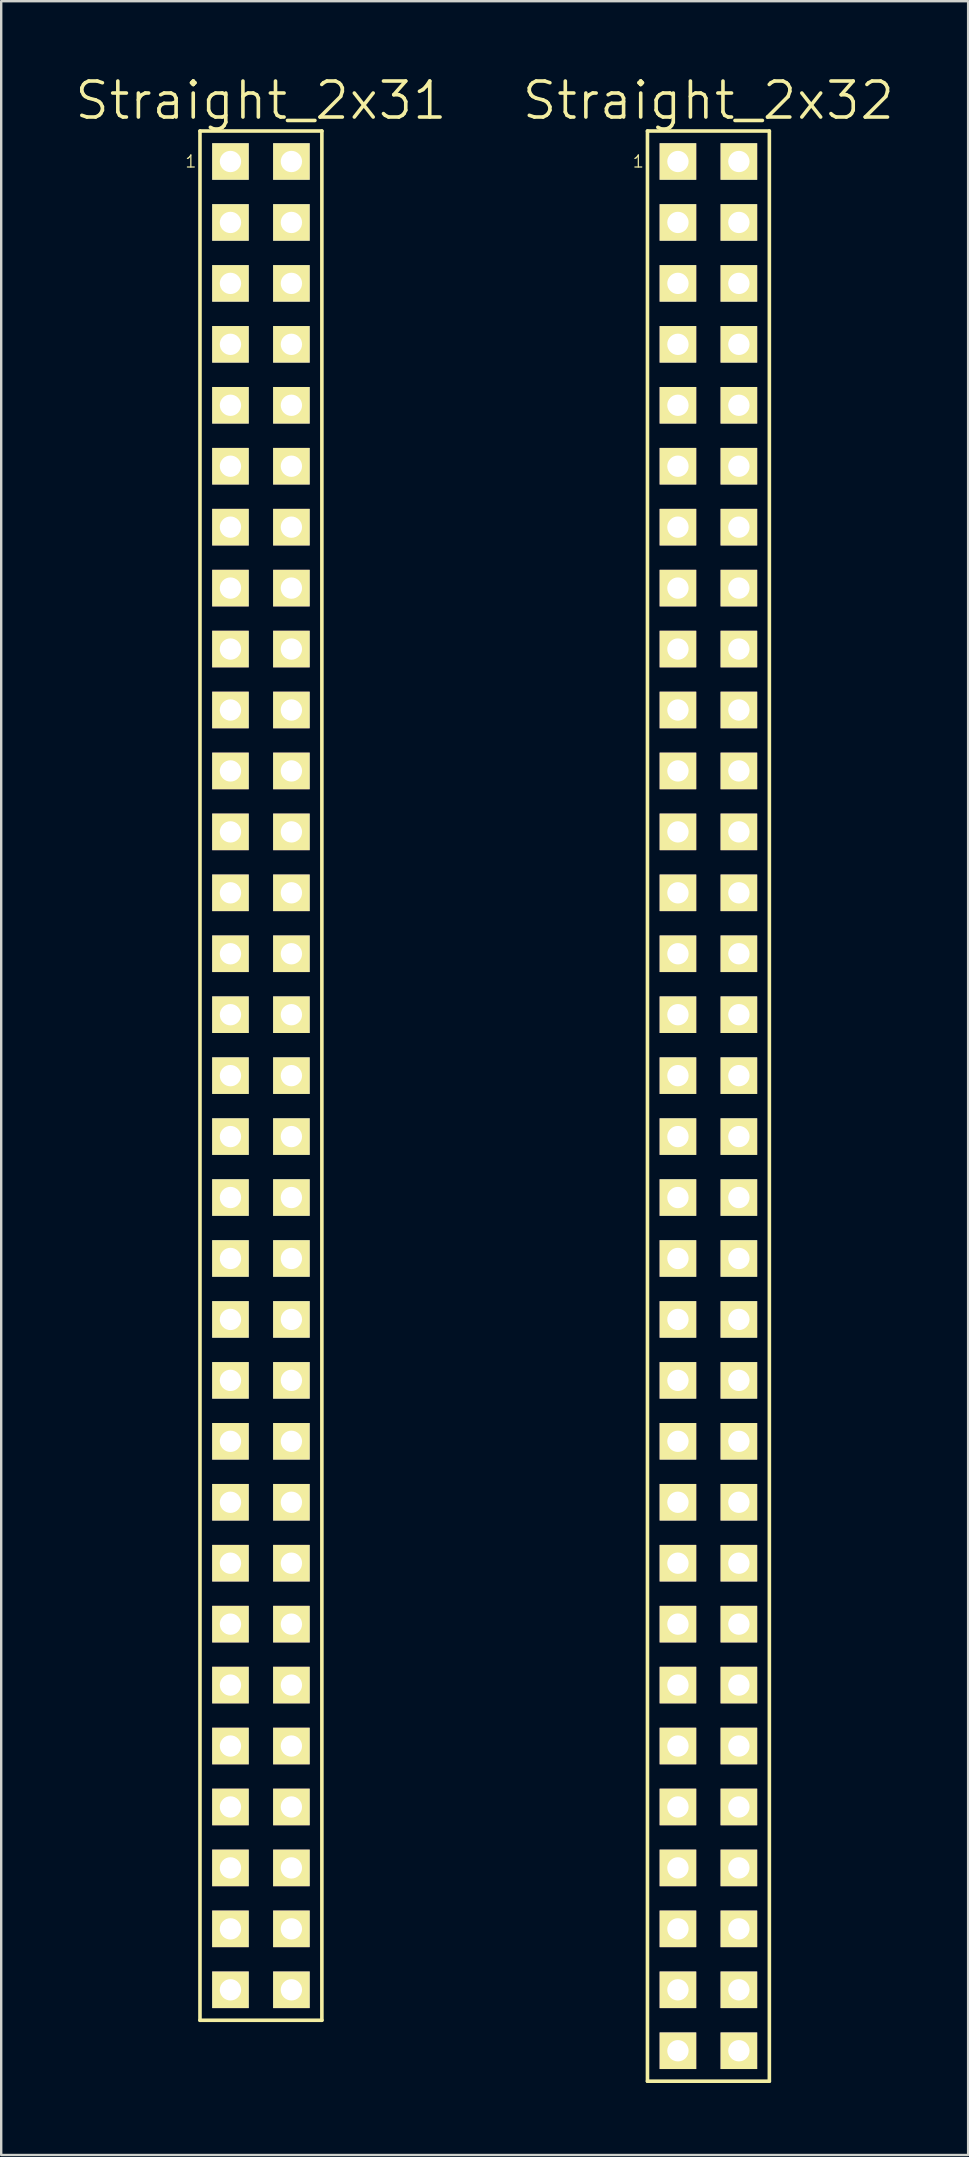
<source format=kicad_pcb>
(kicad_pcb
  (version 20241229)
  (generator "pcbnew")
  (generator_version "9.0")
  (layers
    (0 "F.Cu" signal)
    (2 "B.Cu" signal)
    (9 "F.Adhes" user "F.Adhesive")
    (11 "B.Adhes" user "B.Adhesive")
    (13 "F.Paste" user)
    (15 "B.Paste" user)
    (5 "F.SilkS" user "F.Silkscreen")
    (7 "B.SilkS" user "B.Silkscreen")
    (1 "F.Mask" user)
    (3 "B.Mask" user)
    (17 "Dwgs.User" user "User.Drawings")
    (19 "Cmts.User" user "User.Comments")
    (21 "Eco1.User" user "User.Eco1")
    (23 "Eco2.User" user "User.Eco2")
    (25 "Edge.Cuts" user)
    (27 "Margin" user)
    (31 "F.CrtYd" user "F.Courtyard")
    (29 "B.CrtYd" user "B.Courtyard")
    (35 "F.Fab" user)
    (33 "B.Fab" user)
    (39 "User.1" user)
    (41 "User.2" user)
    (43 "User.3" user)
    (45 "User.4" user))
  (footprint "Straight_2x32"
    (layer "F.Cu")
    (at 26.475 43.051)
    (property "Reference" "Straight_2x32" (at 0 -41.91 0) (layer "F.SilkS") (effects (font (size 1.5 1.5) (thickness 0.15))))
    (attr through_hole)
    (fp_line (start -2.54 -40.64) (end 2.54 -40.64) (stroke (width 0.15) (type solid)) (layer "F.SilkS"))
    (fp_line (start -2.54 40.64) (end -2.54 -40.64) (stroke (width 0.15) (type solid)) (layer "F.SilkS"))
    (fp_line (start 2.54 -40.64) (end 2.54 40.64) (stroke (width 0.15) (type solid)) (layer "F.SilkS"))
    (fp_line (start 2.54 40.64) (end -2.54 40.64) (stroke (width 0.15) (type solid)) (layer "F.SilkS"))
    (fp_text user "1" (at -2.921 -39.37 0) (layer "F.SilkS") (effects (font (size 0.5 0.5) (thickness 0.05))))
    (pad "1" thru_hole rect (at -1.27 -39.37) (size 1.524 1.524) (drill 0.889) (layers "*.Cu" "*.Mask" "F.SilkS"))
    (pad "2" thru_hole rect (at 1.27 -39.37) (size 1.524 1.524) (drill 0.889) (layers "*.Cu" "*.Mask" "F.SilkS"))
    (pad "3" thru_hole rect (at -1.27 -36.83) (size 1.524 1.524) (drill 0.889) (layers "*.Cu" "*.Mask" "F.SilkS"))
    (pad "4" thru_hole rect (at 1.27 -36.83) (size 1.524 1.524) (drill 0.889) (layers "*.Cu" "*.Mask" "F.SilkS"))
    (pad "5" thru_hole rect (at -1.27 -34.29) (size 1.524 1.524) (drill 0.889) (layers "*.Cu" "*.Mask" "F.SilkS"))
    (pad "6" thru_hole rect (at 1.27 -34.29) (size 1.524 1.524) (drill 0.889) (layers "*.Cu" "*.Mask" "F.SilkS"))
    (pad "7" thru_hole rect (at -1.27 -31.75) (size 1.524 1.524) (drill 0.889) (layers "*.Cu" "*.Mask" "F.SilkS"))
    (pad "8" thru_hole rect (at 1.27 -31.75) (size 1.524 1.524) (drill 0.889) (layers "*.Cu" "*.Mask" "F.SilkS"))
    (pad "9" thru_hole rect (at -1.27 -29.21) (size 1.524 1.524) (drill 0.889) (layers "*.Cu" "*.Mask" "F.SilkS"))
    (pad "10" thru_hole rect (at 1.27 -29.21) (size 1.524 1.524) (drill 0.889) (layers "*.Cu" "*.Mask" "F.SilkS"))
    (pad "11" thru_hole rect (at -1.27 -26.67) (size 1.524 1.524) (drill 0.889) (layers "*.Cu" "*.Mask" "F.SilkS"))
    (pad "12" thru_hole rect (at 1.27 -26.67) (size 1.524 1.524) (drill 0.889) (layers "*.Cu" "*.Mask" "F.SilkS"))
    (pad "13" thru_hole rect (at -1.27 -24.13) (size 1.524 1.524) (drill 0.889) (layers "*.Cu" "*.Mask" "F.SilkS"))
    (pad "14" thru_hole rect (at 1.27 -24.13) (size 1.524 1.524) (drill 0.889) (layers "*.Cu" "*.Mask" "F.SilkS"))
    (pad "15" thru_hole rect (at -1.27 -21.59) (size 1.524 1.524) (drill 0.889) (layers "*.Cu" "*.Mask" "F.SilkS"))
    (pad "16" thru_hole rect (at 1.27 -21.59) (size 1.524 1.524) (drill 0.889) (layers "*.Cu" "*.Mask" "F.SilkS"))
    (pad "17" thru_hole rect (at -1.27 -19.05) (size 1.524 1.524) (drill 0.889) (layers "*.Cu" "*.Mask" "F.SilkS"))
    (pad "18" thru_hole rect (at 1.27 -19.05) (size 1.524 1.524) (drill 0.889) (layers "*.Cu" "*.Mask" "F.SilkS"))
    (pad "19" thru_hole rect (at -1.27 -16.51) (size 1.524 1.524) (drill 0.889) (layers "*.Cu" "*.Mask" "F.SilkS"))
    (pad "20" thru_hole rect (at 1.27 -16.51) (size 1.524 1.524) (drill 0.889) (layers "*.Cu" "*.Mask" "F.SilkS"))
    (pad "21" thru_hole rect (at -1.27 -13.97) (size 1.524 1.524) (drill 0.889) (layers "*.Cu" "*.Mask" "F.SilkS"))
    (pad "22" thru_hole rect (at 1.27 -13.97) (size 1.524 1.524) (drill 0.889) (layers "*.Cu" "*.Mask" "F.SilkS"))
    (pad "23" thru_hole rect (at -1.27 -11.43) (size 1.524 1.524) (drill 0.889) (layers "*.Cu" "*.Mask" "F.SilkS"))
    (pad "24" thru_hole rect (at 1.27 -11.43) (size 1.524 1.524) (drill 0.889) (layers "*.Cu" "*.Mask" "F.SilkS"))
    (pad "25" thru_hole rect (at -1.27 -8.89) (size 1.524 1.524) (drill 0.889) (layers "*.Cu" "*.Mask" "F.SilkS"))
    (pad "26" thru_hole rect (at 1.27 -8.89) (size 1.524 1.524) (drill 0.889) (layers "*.Cu" "*.Mask" "F.SilkS"))
    (pad "27" thru_hole rect (at -1.27 -6.35) (size 1.524 1.524) (drill 0.889) (layers "*.Cu" "*.Mask" "F.SilkS"))
    (pad "28" thru_hole rect (at 1.27 -6.35) (size 1.524 1.524) (drill 0.889) (layers "*.Cu" "*.Mask" "F.SilkS"))
    (pad "29" thru_hole rect (at -1.27 -3.81) (size 1.524 1.524) (drill 0.889) (layers "*.Cu" "*.Mask" "F.SilkS"))
    (pad "30" thru_hole rect (at 1.27 -3.81) (size 1.524 1.524) (drill 0.889) (layers "*.Cu" "*.Mask" "F.SilkS"))
    (pad "31" thru_hole rect (at -1.27 -1.27) (size 1.524 1.524) (drill 0.889) (layers "*.Cu" "*.Mask" "F.SilkS"))
    (pad "32" thru_hole rect (at 1.27 -1.27) (size 1.524 1.524) (drill 0.889) (layers "*.Cu" "*.Mask" "F.SilkS"))
    (pad "33" thru_hole rect (at -1.27 1.27) (size 1.524 1.524) (drill 0.889) (layers "*.Cu" "*.Mask" "F.SilkS"))
    (pad "34" thru_hole rect (at 1.27 1.27) (size 1.524 1.524) (drill 0.889) (layers "*.Cu" "*.Mask" "F.SilkS"))
    (pad "35" thru_hole rect (at -1.27 3.81) (size 1.524 1.524) (drill 0.889) (layers "*.Cu" "*.Mask" "F.SilkS"))
    (pad "36" thru_hole rect (at 1.27 3.81) (size 1.524 1.524) (drill 0.889) (layers "*.Cu" "*.Mask" "F.SilkS"))
    (pad "37" thru_hole rect (at -1.27 6.35) (size 1.524 1.524) (drill 0.889) (layers "*.Cu" "*.Mask" "F.SilkS"))
    (pad "38" thru_hole rect (at 1.27 6.35) (size 1.524 1.524) (drill 0.889) (layers "*.Cu" "*.Mask" "F.SilkS"))
    (pad "39" thru_hole rect (at -1.27 8.89) (size 1.524 1.524) (drill 0.889) (layers "*.Cu" "*.Mask" "F.SilkS"))
    (pad "40" thru_hole rect (at 1.27 8.89) (size 1.524 1.524) (drill 0.889) (layers "*.Cu" "*.Mask" "F.SilkS"))
    (pad "41" thru_hole rect (at -1.27 11.43) (size 1.524 1.524) (drill 0.889) (layers "*.Cu" "*.Mask" "F.SilkS"))
    (pad "42" thru_hole rect (at 1.27 11.43) (size 1.524 1.524) (drill 0.889) (layers "*.Cu" "*.Mask" "F.SilkS"))
    (pad "43" thru_hole rect (at -1.27 13.97) (size 1.524 1.524) (drill 0.889) (layers "*.Cu" "*.Mask" "F.SilkS"))
    (pad "44" thru_hole rect (at 1.27 13.97) (size 1.524 1.524) (drill 0.889) (layers "*.Cu" "*.Mask" "F.SilkS"))
    (pad "45" thru_hole rect (at -1.27 16.51) (size 1.524 1.524) (drill 0.889) (layers "*.Cu" "*.Mask" "F.SilkS"))
    (pad "46" thru_hole rect (at 1.27 16.51) (size 1.524 1.524) (drill 0.889) (layers "*.Cu" "*.Mask" "F.SilkS"))
    (pad "47" thru_hole rect (at -1.27 19.05) (size 1.524 1.524) (drill 0.889) (layers "*.Cu" "*.Mask" "F.SilkS"))
    (pad "48" thru_hole rect (at 1.27 19.05) (size 1.524 1.524) (drill 0.889) (layers "*.Cu" "*.Mask" "F.SilkS"))
    (pad "49" thru_hole rect (at -1.27 21.59) (size 1.524 1.524) (drill 0.889) (layers "*.Cu" "*.Mask" "F.SilkS"))
    (pad "50" thru_hole rect (at 1.27 21.59) (size 1.524 1.524) (drill 0.889) (layers "*.Cu" "*.Mask" "F.SilkS"))
    (pad "51" thru_hole rect (at -1.27 24.13) (size 1.524 1.524) (drill 0.889) (layers "*.Cu" "*.Mask" "F.SilkS"))
    (pad "52" thru_hole rect (at 1.27 24.13) (size 1.524 1.524) (drill 0.889) (layers "*.Cu" "*.Mask" "F.SilkS"))
    (pad "53" thru_hole rect (at -1.27 26.67) (size 1.524 1.524) (drill 0.889) (layers "*.Cu" "*.Mask" "F.SilkS"))
    (pad "54" thru_hole rect (at 1.27 26.67) (size 1.524 1.524) (drill 0.889) (layers "*.Cu" "*.Mask" "F.SilkS"))
    (pad "55" thru_hole rect (at -1.27 29.21) (size 1.524 1.524) (drill 0.889) (layers "*.Cu" "*.Mask" "F.SilkS"))
    (pad "56" thru_hole rect (at 1.27 29.21) (size 1.524 1.524) (drill 0.889) (layers "*.Cu" "*.Mask" "F.SilkS"))
    (pad "57" thru_hole rect (at -1.27 31.75) (size 1.524 1.524) (drill 0.889) (layers "*.Cu" "*.Mask" "F.SilkS"))
    (pad "58" thru_hole rect (at 1.27 31.75) (size 1.524 1.524) (drill 0.889) (layers "*.Cu" "*.Mask" "F.SilkS"))
    (pad "59" thru_hole rect (at -1.27 34.29) (size 1.524 1.524) (drill 0.889) (layers "*.Cu" "*.Mask" "F.SilkS"))
    (pad "60" thru_hole rect (at 1.27 34.29) (size 1.524 1.524) (drill 0.889) (layers "*.Cu" "*.Mask" "F.SilkS"))
    (pad "61" thru_hole rect (at -1.27 36.83) (size 1.524 1.524) (drill 0.889) (layers "*.Cu" "*.Mask" "F.SilkS"))
    (pad "62" thru_hole rect (at 1.27 36.83) (size 1.524 1.524) (drill 0.889) (layers "*.Cu" "*.Mask" "F.SilkS"))
    (pad "63" thru_hole rect (at -1.27 39.37) (size 1.524 1.524) (drill 0.889) (layers "*.Cu" "*.Mask" "F.SilkS"))
    (pad "64" thru_hole rect (at 1.27 39.37) (size 1.524 1.524) (drill 0.889) (layers "*.Cu" "*.Mask" "F.SilkS")))
  (footprint "Straight_2x31"
    (layer "F.Cu")
    (at 7.825 41.781)
    (property "Reference" "Straight_2x31" (at 0 -40.64 0) (layer "F.SilkS") (effects (font (size 1.5 1.5) (thickness 0.15))))
    (attr through_hole)
    (fp_line (start -2.54 -39.37) (end 2.54 -39.37) (stroke (width 0.15) (type solid)) (layer "F.SilkS"))
    (fp_line (start -2.54 39.37) (end -2.54 -39.37) (stroke (width 0.15) (type solid)) (layer "F.SilkS"))
    (fp_line (start 2.54 -39.37) (end 2.54 39.37) (stroke (width 0.15) (type solid)) (layer "F.SilkS"))
    (fp_line (start 2.54 39.37) (end -2.54 39.37) (stroke (width 0.15) (type solid)) (layer "F.SilkS"))
    (fp_text user "1" (at -2.921 -38.1 0) (layer "F.SilkS") (effects (font (size 0.5 0.5) (thickness 0.05))))
    (pad "1" thru_hole rect (at -1.27 -38.1) (size 1.524 1.524) (drill 0.889) (layers "*.Cu" "*.Mask" "F.SilkS"))
    (pad "2" thru_hole rect (at 1.27 -38.1) (size 1.524 1.524) (drill 0.889) (layers "*.Cu" "*.Mask" "F.SilkS"))
    (pad "3" thru_hole rect (at -1.27 -35.56) (size 1.524 1.524) (drill 0.889) (layers "*.Cu" "*.Mask" "F.SilkS"))
    (pad "4" thru_hole rect (at 1.27 -35.56) (size 1.524 1.524) (drill 0.889) (layers "*.Cu" "*.Mask" "F.SilkS"))
    (pad "5" thru_hole rect (at -1.27 -33.02) (size 1.524 1.524) (drill 0.889) (layers "*.Cu" "*.Mask" "F.SilkS"))
    (pad "6" thru_hole rect (at 1.27 -33.02) (size 1.524 1.524) (drill 0.889) (layers "*.Cu" "*.Mask" "F.SilkS"))
    (pad "7" thru_hole rect (at -1.27 -30.48) (size 1.524 1.524) (drill 0.889) (layers "*.Cu" "*.Mask" "F.SilkS"))
    (pad "8" thru_hole rect (at 1.27 -30.48) (size 1.524 1.524) (drill 0.889) (layers "*.Cu" "*.Mask" "F.SilkS"))
    (pad "9" thru_hole rect (at -1.27 -27.94) (size 1.524 1.524) (drill 0.889) (layers "*.Cu" "*.Mask" "F.SilkS"))
    (pad "10" thru_hole rect (at 1.27 -27.94) (size 1.524 1.524) (drill 0.889) (layers "*.Cu" "*.Mask" "F.SilkS"))
    (pad "11" thru_hole rect (at -1.27 -25.4) (size 1.524 1.524) (drill 0.889) (layers "*.Cu" "*.Mask" "F.SilkS"))
    (pad "12" thru_hole rect (at 1.27 -25.4) (size 1.524 1.524) (drill 0.889) (layers "*.Cu" "*.Mask" "F.SilkS"))
    (pad "13" thru_hole rect (at -1.27 -22.86) (size 1.524 1.524) (drill 0.889) (layers "*.Cu" "*.Mask" "F.SilkS"))
    (pad "14" thru_hole rect (at 1.27 -22.86) (size 1.524 1.524) (drill 0.889) (layers "*.Cu" "*.Mask" "F.SilkS"))
    (pad "15" thru_hole rect (at -1.27 -20.32) (size 1.524 1.524) (drill 0.889) (layers "*.Cu" "*.Mask" "F.SilkS"))
    (pad "16" thru_hole rect (at 1.27 -20.32) (size 1.524 1.524) (drill 0.889) (layers "*.Cu" "*.Mask" "F.SilkS"))
    (pad "17" thru_hole rect (at -1.27 -17.78) (size 1.524 1.524) (drill 0.889) (layers "*.Cu" "*.Mask" "F.SilkS"))
    (pad "18" thru_hole rect (at 1.27 -17.78) (size 1.524 1.524) (drill 0.889) (layers "*.Cu" "*.Mask" "F.SilkS"))
    (pad "19" thru_hole rect (at -1.27 -15.24) (size 1.524 1.524) (drill 0.889) (layers "*.Cu" "*.Mask" "F.SilkS"))
    (pad "20" thru_hole rect (at 1.27 -15.24) (size 1.524 1.524) (drill 0.889) (layers "*.Cu" "*.Mask" "F.SilkS"))
    (pad "21" thru_hole rect (at -1.27 -12.7) (size 1.524 1.524) (drill 0.889) (layers "*.Cu" "*.Mask" "F.SilkS"))
    (pad "22" thru_hole rect (at 1.27 -12.7) (size 1.524 1.524) (drill 0.889) (layers "*.Cu" "*.Mask" "F.SilkS"))
    (pad "23" thru_hole rect (at -1.27 -10.16) (size 1.524 1.524) (drill 0.889) (layers "*.Cu" "*.Mask" "F.SilkS"))
    (pad "24" thru_hole rect (at 1.27 -10.16) (size 1.524 1.524) (drill 0.889) (layers "*.Cu" "*.Mask" "F.SilkS"))
    (pad "25" thru_hole rect (at -1.27 -7.62) (size 1.524 1.524) (drill 0.889) (layers "*.Cu" "*.Mask" "F.SilkS"))
    (pad "26" thru_hole rect (at 1.27 -7.62) (size 1.524 1.524) (drill 0.889) (layers "*.Cu" "*.Mask" "F.SilkS"))
    (pad "27" thru_hole rect (at -1.27 -5.08) (size 1.524 1.524) (drill 0.889) (layers "*.Cu" "*.Mask" "F.SilkS"))
    (pad "28" thru_hole rect (at 1.27 -5.08) (size 1.524 1.524) (drill 0.889) (layers "*.Cu" "*.Mask" "F.SilkS"))
    (pad "29" thru_hole rect (at -1.27 -2.54) (size 1.524 1.524) (drill 0.889) (layers "*.Cu" "*.Mask" "F.SilkS"))
    (pad "30" thru_hole rect (at 1.27 -2.54) (size 1.524 1.524) (drill 0.889) (layers "*.Cu" "*.Mask" "F.SilkS"))
    (pad "31" thru_hole rect (at -1.27 0) (size 1.524 1.524) (drill 0.889) (layers "*.Cu" "*.Mask" "F.SilkS"))
    (pad "32" thru_hole rect (at 1.27 0) (size 1.524 1.524) (drill 0.889) (layers "*.Cu" "*.Mask" "F.SilkS"))
    (pad "33" thru_hole rect (at -1.27 2.54) (size 1.524 1.524) (drill 0.889) (layers "*.Cu" "*.Mask" "F.SilkS"))
    (pad "34" thru_hole rect (at 1.27 2.54) (size 1.524 1.524) (drill 0.889) (layers "*.Cu" "*.Mask" "F.SilkS"))
    (pad "35" thru_hole rect (at -1.27 5.08) (size 1.524 1.524) (drill 0.889) (layers "*.Cu" "*.Mask" "F.SilkS"))
    (pad "36" thru_hole rect (at 1.27 5.08) (size 1.524 1.524) (drill 0.889) (layers "*.Cu" "*.Mask" "F.SilkS"))
    (pad "37" thru_hole rect (at -1.27 7.62) (size 1.524 1.524) (drill 0.889) (layers "*.Cu" "*.Mask" "F.SilkS"))
    (pad "38" thru_hole rect (at 1.27 7.62) (size 1.524 1.524) (drill 0.889) (layers "*.Cu" "*.Mask" "F.SilkS"))
    (pad "39" thru_hole rect (at -1.27 10.16) (size 1.524 1.524) (drill 0.889) (layers "*.Cu" "*.Mask" "F.SilkS"))
    (pad "40" thru_hole rect (at 1.27 10.16) (size 1.524 1.524) (drill 0.889) (layers "*.Cu" "*.Mask" "F.SilkS"))
    (pad "41" thru_hole rect (at -1.27 12.7) (size 1.524 1.524) (drill 0.889) (layers "*.Cu" "*.Mask" "F.SilkS"))
    (pad "42" thru_hole rect (at 1.27 12.7) (size 1.524 1.524) (drill 0.889) (layers "*.Cu" "*.Mask" "F.SilkS"))
    (pad "43" thru_hole rect (at -1.27 15.24) (size 1.524 1.524) (drill 0.889) (layers "*.Cu" "*.Mask" "F.SilkS"))
    (pad "44" thru_hole rect (at 1.27 15.24) (size 1.524 1.524) (drill 0.889) (layers "*.Cu" "*.Mask" "F.SilkS"))
    (pad "45" thru_hole rect (at -1.27 17.78) (size 1.524 1.524) (drill 0.889) (layers "*.Cu" "*.Mask" "F.SilkS"))
    (pad "46" thru_hole rect (at 1.27 17.78) (size 1.524 1.524) (drill 0.889) (layers "*.Cu" "*.Mask" "F.SilkS"))
    (pad "47" thru_hole rect (at -1.27 20.32) (size 1.524 1.524) (drill 0.889) (layers "*.Cu" "*.Mask" "F.SilkS"))
    (pad "48" thru_hole rect (at 1.27 20.32) (size 1.524 1.524) (drill 0.889) (layers "*.Cu" "*.Mask" "F.SilkS"))
    (pad "49" thru_hole rect (at -1.27 22.86) (size 1.524 1.524) (drill 0.889) (layers "*.Cu" "*.Mask" "F.SilkS"))
    (pad "50" thru_hole rect (at 1.27 22.86) (size 1.524 1.524) (drill 0.889) (layers "*.Cu" "*.Mask" "F.SilkS"))
    (pad "51" thru_hole rect (at -1.27 25.4) (size 1.524 1.524) (drill 0.889) (layers "*.Cu" "*.Mask" "F.SilkS"))
    (pad "52" thru_hole rect (at 1.27 25.4) (size 1.524 1.524) (drill 0.889) (layers "*.Cu" "*.Mask" "F.SilkS"))
    (pad "53" thru_hole rect (at -1.27 27.94) (size 1.524 1.524) (drill 0.889) (layers "*.Cu" "*.Mask" "F.SilkS"))
    (pad "54" thru_hole rect (at 1.27 27.94) (size 1.524 1.524) (drill 0.889) (layers "*.Cu" "*.Mask" "F.SilkS"))
    (pad "55" thru_hole rect (at -1.27 30.48) (size 1.524 1.524) (drill 0.889) (layers "*.Cu" "*.Mask" "F.SilkS"))
    (pad "56" thru_hole rect (at 1.27 30.48) (size 1.524 1.524) (drill 0.889) (layers "*.Cu" "*.Mask" "F.SilkS"))
    (pad "57" thru_hole rect (at -1.27 33.02) (size 1.524 1.524) (drill 0.889) (layers "*.Cu" "*.Mask" "F.SilkS"))
    (pad "58" thru_hole rect (at 1.27 33.02) (size 1.524 1.524) (drill 0.889) (layers "*.Cu" "*.Mask" "F.SilkS"))
    (pad "59" thru_hole rect (at -1.27 35.56) (size 1.524 1.524) (drill 0.889) (layers "*.Cu" "*.Mask" "F.SilkS"))
    (pad "60" thru_hole rect (at 1.27 35.56) (size 1.524 1.524) (drill 0.889) (layers "*.Cu" "*.Mask" "F.SilkS"))
    (pad "61" thru_hole rect (at -1.27 38.1) (size 1.524 1.524) (drill 0.889) (layers "*.Cu" "*.Mask" "F.SilkS"))
    (pad "62" thru_hole rect (at 1.27 38.1) (size 1.524 1.524) (drill 0.889) (layers "*.Cu" "*.Mask" "F.SilkS")))
  (gr_rect
    (start -3 -3)
    (end 37.3 86.766)
    (stroke (width 0.1) (type default))
    (fill no)
    (layer "Edge.Cuts")))
</source>
